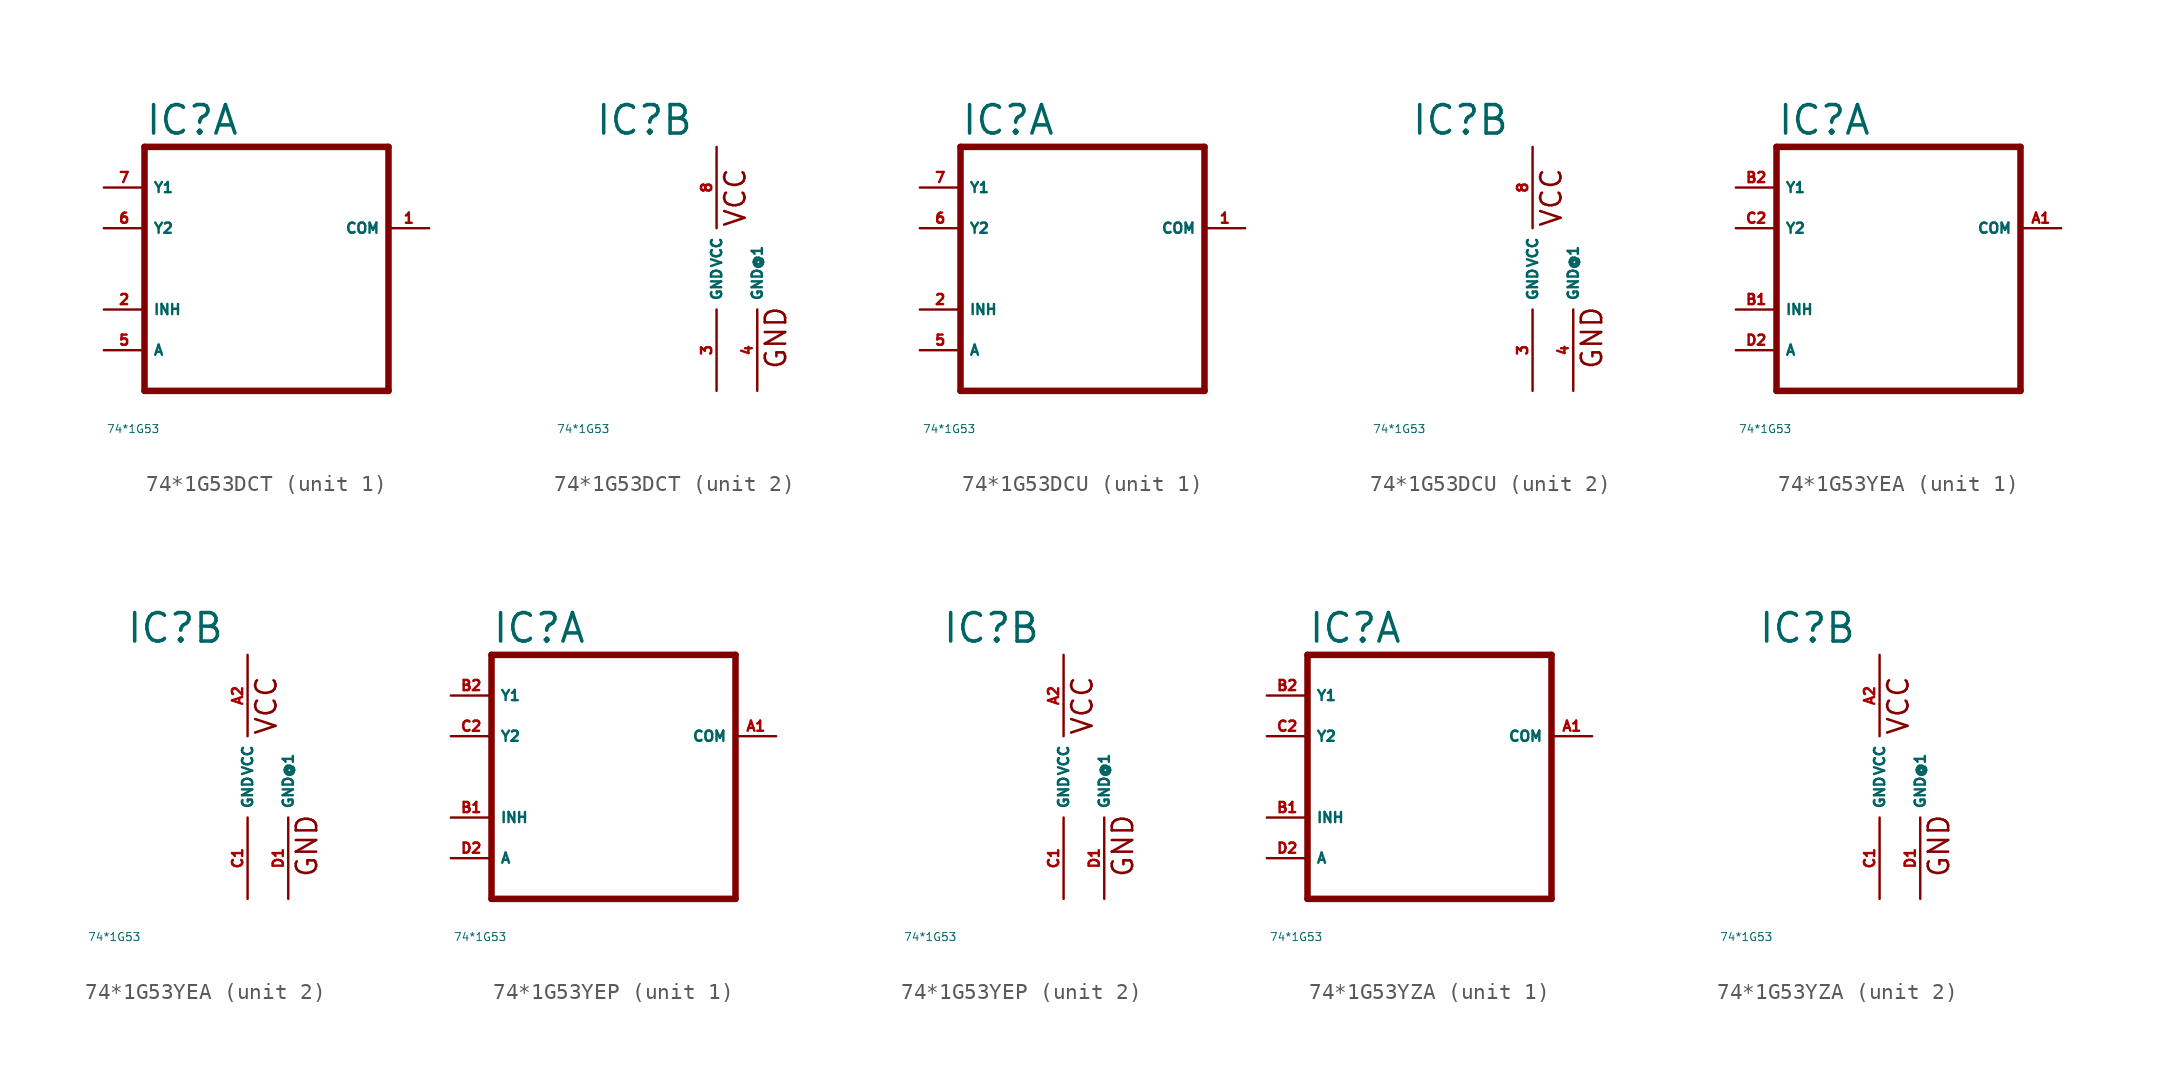
<source format=kicad_sym>
(kicad_symbol_lib
  (version 20220914)
  (generator Eagle2Kicad)
  (symbol "74*1G53DCT"
    (property "Reference" "IC"
      (at -7.62 8.255 0)
      (effects (font (size 1.778 1.778) (thickness 0.22)) (justify left bottom)))
    (property "Value" "74*1G53"
      (at -10 -10 0)
      (effects (font (size 0.5 0.5) (thickness 0.06)) (justify left)))
    (symbol "74*1G53DCT_1_0"
      (polyline (pts (xy -7.62 -7.62) (xy 7.62 -7.62)) (stroke (width 0.406) (type default)) (fill (type none)))
      (polyline (pts (xy 7.62 -7.62) (xy 7.62 7.62)) (stroke (width 0.406) (type default)) (fill (type none)))
      (polyline (pts (xy 7.62 7.62) (xy -7.62 7.62)) (stroke (width 0.406) (type default)) (fill (type none)))
      (polyline (pts (xy -7.62 7.62) (xy -7.62 -7.62)) (stroke (width 0.406) (type default)) (fill (type none)))
      (pin input line (at -10.16 -5.08 0) (length 2.54) (name "A" (effects (font (size 0.635 0.635) (thickness 0.08)) (justify left bottom))) (number "5" (effects (font (size 0.635 0.635) (thickness 0.08)) (justify left bottom))))
      (pin bidirectional line (at -10.16 5.08 0) (length 2.54) (name "Y1" (effects (font (size 0.635 0.635) (thickness 0.08)) (justify left bottom))) (number "7" (effects (font (size 0.635 0.635) (thickness 0.08)) (justify left bottom))))
      (pin bidirectional line (at -10.16 2.54 0) (length 2.54) (name "Y2" (effects (font (size 0.635 0.635) (thickness 0.08)) (justify left bottom))) (number "6" (effects (font (size 0.635 0.635) (thickness 0.08)) (justify left bottom))))
      (pin bidirectional line (at 10.16 2.54 180) (length 2.54) (name "COM" (effects (font (size 0.635 0.635) (thickness 0.08)) (justify left bottom))) (number "1" (effects (font (size 0.635 0.635) (thickness 0.08)) (justify left bottom))))
      (pin input line (at -10.16 -2.54 0) (length 2.54) (name "INH" (effects (font (size 0.635 0.635) (thickness 0.08)) (justify left bottom))) (number "2" (effects (font (size 0.635 0.635) (thickness 0.08)) (justify left bottom)))))
    (symbol "74*1G53DCT_2_0"
      (text "GND" (at 4.445 -6.35 900) (effects (font (size 1.27 1.27) (thickness 0.16)) (justify left bottom)))
      (text "VCC" (at 1.905 2.54 900) (effects (font (size 1.27 1.27) (thickness 0.16)) (justify left bottom)))
      (pin unspecified line (at 0 -7.62 90) (length 5.08) (name "GND" (effects (font (size 0.635 0.635) (thickness 0.08)) (justify left bottom))) (number "3" (effects (font (size 0.635 0.635) (thickness 0.08)) (justify left bottom))))
      (pin unspecified line (at 0 7.62 270) (length 5.08) (name "VCC" (effects (font (size 0.635 0.635) (thickness 0.08)) (justify left bottom))) (number "8" (effects (font (size 0.635 0.635) (thickness 0.08)) (justify left bottom))))
      (pin unspecified line (at 2.54 -7.62 90) (length 5.08) (name "GND@1" (effects (font (size 0.635 0.635) (thickness 0.08)) (justify left bottom))) (number "4" (effects (font (size 0.635 0.635) (thickness 0.08)) (justify left bottom))))))
  (symbol "74*1G53DCU"
    (property "Reference" "IC"
      (at -7.62 8.255 0)
      (effects (font (size 1.778 1.778) (thickness 0.22)) (justify left bottom)))
    (property "Value" "74*1G53"
      (at -10 -10 0)
      (effects (font (size 0.5 0.5) (thickness 0.06)) (justify left)))
    (symbol "74*1G53DCU_1_0"
      (polyline (pts (xy -7.62 -7.62) (xy 7.62 -7.62)) (stroke (width 0.406) (type default)) (fill (type none)))
      (polyline (pts (xy 7.62 -7.62) (xy 7.62 7.62)) (stroke (width 0.406) (type default)) (fill (type none)))
      (polyline (pts (xy 7.62 7.62) (xy -7.62 7.62)) (stroke (width 0.406) (type default)) (fill (type none)))
      (polyline (pts (xy -7.62 7.62) (xy -7.62 -7.62)) (stroke (width 0.406) (type default)) (fill (type none)))
      (pin input line (at -10.16 -5.08 0) (length 2.54) (name "A" (effects (font (size 0.635 0.635) (thickness 0.08)) (justify left bottom))) (number "5" (effects (font (size 0.635 0.635) (thickness 0.08)) (justify left bottom))))
      (pin bidirectional line (at -10.16 5.08 0) (length 2.54) (name "Y1" (effects (font (size 0.635 0.635) (thickness 0.08)) (justify left bottom))) (number "7" (effects (font (size 0.635 0.635) (thickness 0.08)) (justify left bottom))))
      (pin bidirectional line (at -10.16 2.54 0) (length 2.54) (name "Y2" (effects (font (size 0.635 0.635) (thickness 0.08)) (justify left bottom))) (number "6" (effects (font (size 0.635 0.635) (thickness 0.08)) (justify left bottom))))
      (pin bidirectional line (at 10.16 2.54 180) (length 2.54) (name "COM" (effects (font (size 0.635 0.635) (thickness 0.08)) (justify left bottom))) (number "1" (effects (font (size 0.635 0.635) (thickness 0.08)) (justify left bottom))))
      (pin input line (at -10.16 -2.54 0) (length 2.54) (name "INH" (effects (font (size 0.635 0.635) (thickness 0.08)) (justify left bottom))) (number "2" (effects (font (size 0.635 0.635) (thickness 0.08)) (justify left bottom)))))
    (symbol "74*1G53DCU_2_0"
      (text "GND" (at 4.445 -6.35 900) (effects (font (size 1.27 1.27) (thickness 0.16)) (justify left bottom)))
      (text "VCC" (at 1.905 2.54 900) (effects (font (size 1.27 1.27) (thickness 0.16)) (justify left bottom)))
      (pin unspecified line (at 0 -7.62 90) (length 5.08) (name "GND" (effects (font (size 0.635 0.635) (thickness 0.08)) (justify left bottom))) (number "3" (effects (font (size 0.635 0.635) (thickness 0.08)) (justify left bottom))))
      (pin unspecified line (at 0 7.62 270) (length 5.08) (name "VCC" (effects (font (size 0.635 0.635) (thickness 0.08)) (justify left bottom))) (number "8" (effects (font (size 0.635 0.635) (thickness 0.08)) (justify left bottom))))
      (pin unspecified line (at 2.54 -7.62 90) (length 5.08) (name "GND@1" (effects (font (size 0.635 0.635) (thickness 0.08)) (justify left bottom))) (number "4" (effects (font (size 0.635 0.635) (thickness 0.08)) (justify left bottom))))))
  (symbol "74*1G53YEA"
    (property "Reference" "IC"
      (at -7.62 8.255 0)
      (effects (font (size 1.778 1.778) (thickness 0.22)) (justify left bottom)))
    (property "Value" "74*1G53"
      (at -10 -10 0)
      (effects (font (size 0.5 0.5) (thickness 0.06)) (justify left)))
    (symbol "74*1G53YEA_1_0"
      (polyline (pts (xy -7.62 -7.62) (xy 7.62 -7.62)) (stroke (width 0.406) (type default)) (fill (type none)))
      (polyline (pts (xy 7.62 -7.62) (xy 7.62 7.62)) (stroke (width 0.406) (type default)) (fill (type none)))
      (polyline (pts (xy 7.62 7.62) (xy -7.62 7.62)) (stroke (width 0.406) (type default)) (fill (type none)))
      (polyline (pts (xy -7.62 7.62) (xy -7.62 -7.62)) (stroke (width 0.406) (type default)) (fill (type none)))
      (pin input line (at -10.16 -5.08 0) (length 2.54) (name "A" (effects (font (size 0.635 0.635) (thickness 0.08)) (justify left bottom))) (number "D2" (effects (font (size 0.635 0.635) (thickness 0.08)) (justify left bottom))))
      (pin bidirectional line (at -10.16 5.08 0) (length 2.54) (name "Y1" (effects (font (size 0.635 0.635) (thickness 0.08)) (justify left bottom))) (number "B2" (effects (font (size 0.635 0.635) (thickness 0.08)) (justify left bottom))))
      (pin bidirectional line (at -10.16 2.54 0) (length 2.54) (name "Y2" (effects (font (size 0.635 0.635) (thickness 0.08)) (justify left bottom))) (number "C2" (effects (font (size 0.635 0.635) (thickness 0.08)) (justify left bottom))))
      (pin bidirectional line (at 10.16 2.54 180) (length 2.54) (name "COM" (effects (font (size 0.635 0.635) (thickness 0.08)) (justify left bottom))) (number "A1" (effects (font (size 0.635 0.635) (thickness 0.08)) (justify left bottom))))
      (pin input line (at -10.16 -2.54 0) (length 2.54) (name "INH" (effects (font (size 0.635 0.635) (thickness 0.08)) (justify left bottom))) (number "B1" (effects (font (size 0.635 0.635) (thickness 0.08)) (justify left bottom)))))
    (symbol "74*1G53YEA_2_0"
      (text "GND" (at 4.445 -6.35 900) (effects (font (size 1.27 1.27) (thickness 0.16)) (justify left bottom)))
      (text "VCC" (at 1.905 2.54 900) (effects (font (size 1.27 1.27) (thickness 0.16)) (justify left bottom)))
      (pin unspecified line (at 0 -7.62 90) (length 5.08) (name "GND" (effects (font (size 0.635 0.635) (thickness 0.08)) (justify left bottom))) (number "C1" (effects (font (size 0.635 0.635) (thickness 0.08)) (justify left bottom))))
      (pin unspecified line (at 0 7.62 270) (length 5.08) (name "VCC" (effects (font (size 0.635 0.635) (thickness 0.08)) (justify left bottom))) (number "A2" (effects (font (size 0.635 0.635) (thickness 0.08)) (justify left bottom))))
      (pin unspecified line (at 2.54 -7.62 90) (length 5.08) (name "GND@1" (effects (font (size 0.635 0.635) (thickness 0.08)) (justify left bottom))) (number "D1" (effects (font (size 0.635 0.635) (thickness 0.08)) (justify left bottom))))))
  (symbol "74*1G53YEP"
    (property "Reference" "IC"
      (at -7.62 8.255 0)
      (effects (font (size 1.778 1.778) (thickness 0.22)) (justify left bottom)))
    (property "Value" "74*1G53"
      (at -10 -10 0)
      (effects (font (size 0.5 0.5) (thickness 0.06)) (justify left)))
    (symbol "74*1G53YEP_1_0"
      (polyline (pts (xy -7.62 -7.62) (xy 7.62 -7.62)) (stroke (width 0.406) (type default)) (fill (type none)))
      (polyline (pts (xy 7.62 -7.62) (xy 7.62 7.62)) (stroke (width 0.406) (type default)) (fill (type none)))
      (polyline (pts (xy 7.62 7.62) (xy -7.62 7.62)) (stroke (width 0.406) (type default)) (fill (type none)))
      (polyline (pts (xy -7.62 7.62) (xy -7.62 -7.62)) (stroke (width 0.406) (type default)) (fill (type none)))
      (pin input line (at -10.16 -5.08 0) (length 2.54) (name "A" (effects (font (size 0.635 0.635) (thickness 0.08)) (justify left bottom))) (number "D2" (effects (font (size 0.635 0.635) (thickness 0.08)) (justify left bottom))))
      (pin bidirectional line (at -10.16 5.08 0) (length 2.54) (name "Y1" (effects (font (size 0.635 0.635) (thickness 0.08)) (justify left bottom))) (number "B2" (effects (font (size 0.635 0.635) (thickness 0.08)) (justify left bottom))))
      (pin bidirectional line (at -10.16 2.54 0) (length 2.54) (name "Y2" (effects (font (size 0.635 0.635) (thickness 0.08)) (justify left bottom))) (number "C2" (effects (font (size 0.635 0.635) (thickness 0.08)) (justify left bottom))))
      (pin bidirectional line (at 10.16 2.54 180) (length 2.54) (name "COM" (effects (font (size 0.635 0.635) (thickness 0.08)) (justify left bottom))) (number "A1" (effects (font (size 0.635 0.635) (thickness 0.08)) (justify left bottom))))
      (pin input line (at -10.16 -2.54 0) (length 2.54) (name "INH" (effects (font (size 0.635 0.635) (thickness 0.08)) (justify left bottom))) (number "B1" (effects (font (size 0.635 0.635) (thickness 0.08)) (justify left bottom)))))
    (symbol "74*1G53YEP_2_0"
      (text "GND" (at 4.445 -6.35 900) (effects (font (size 1.27 1.27) (thickness 0.16)) (justify left bottom)))
      (text "VCC" (at 1.905 2.54 900) (effects (font (size 1.27 1.27) (thickness 0.16)) (justify left bottom)))
      (pin unspecified line (at 0 -7.62 90) (length 5.08) (name "GND" (effects (font (size 0.635 0.635) (thickness 0.08)) (justify left bottom))) (number "C1" (effects (font (size 0.635 0.635) (thickness 0.08)) (justify left bottom))))
      (pin unspecified line (at 0 7.62 270) (length 5.08) (name "VCC" (effects (font (size 0.635 0.635) (thickness 0.08)) (justify left bottom))) (number "A2" (effects (font (size 0.635 0.635) (thickness 0.08)) (justify left bottom))))
      (pin unspecified line (at 2.54 -7.62 90) (length 5.08) (name "GND@1" (effects (font (size 0.635 0.635) (thickness 0.08)) (justify left bottom))) (number "D1" (effects (font (size 0.635 0.635) (thickness 0.08)) (justify left bottom))))))
  (symbol "74*1G53YZA"
    (property "Reference" "IC"
      (at -7.62 8.255 0)
      (effects (font (size 1.778 1.778) (thickness 0.22)) (justify left bottom)))
    (property "Value" "74*1G53"
      (at -10 -10 0)
      (effects (font (size 0.5 0.5) (thickness 0.06)) (justify left)))
    (symbol "74*1G53YZA_1_0"
      (polyline (pts (xy -7.62 -7.62) (xy 7.62 -7.62)) (stroke (width 0.406) (type default)) (fill (type none)))
      (polyline (pts (xy 7.62 -7.62) (xy 7.62 7.62)) (stroke (width 0.406) (type default)) (fill (type none)))
      (polyline (pts (xy 7.62 7.62) (xy -7.62 7.62)) (stroke (width 0.406) (type default)) (fill (type none)))
      (polyline (pts (xy -7.62 7.62) (xy -7.62 -7.62)) (stroke (width 0.406) (type default)) (fill (type none)))
      (pin input line (at -10.16 -5.08 0) (length 2.54) (name "A" (effects (font (size 0.635 0.635) (thickness 0.08)) (justify left bottom))) (number "D2" (effects (font (size 0.635 0.635) (thickness 0.08)) (justify left bottom))))
      (pin bidirectional line (at -10.16 5.08 0) (length 2.54) (name "Y1" (effects (font (size 0.635 0.635) (thickness 0.08)) (justify left bottom))) (number "B2" (effects (font (size 0.635 0.635) (thickness 0.08)) (justify left bottom))))
      (pin bidirectional line (at -10.16 2.54 0) (length 2.54) (name "Y2" (effects (font (size 0.635 0.635) (thickness 0.08)) (justify left bottom))) (number "C2" (effects (font (size 0.635 0.635) (thickness 0.08)) (justify left bottom))))
      (pin bidirectional line (at 10.16 2.54 180) (length 2.54) (name "COM" (effects (font (size 0.635 0.635) (thickness 0.08)) (justify left bottom))) (number "A1" (effects (font (size 0.635 0.635) (thickness 0.08)) (justify left bottom))))
      (pin input line (at -10.16 -2.54 0) (length 2.54) (name "INH" (effects (font (size 0.635 0.635) (thickness 0.08)) (justify left bottom))) (number "B1" (effects (font (size 0.635 0.635) (thickness 0.08)) (justify left bottom)))))
    (symbol "74*1G53YZA_2_0"
      (text "GND" (at 4.445 -6.35 900) (effects (font (size 1.27 1.27) (thickness 0.16)) (justify left bottom)))
      (text "VCC" (at 1.905 2.54 900) (effects (font (size 1.27 1.27) (thickness 0.16)) (justify left bottom)))
      (pin unspecified line (at 0 -7.62 90) (length 5.08) (name "GND" (effects (font (size 0.635 0.635) (thickness 0.08)) (justify left bottom))) (number "C1" (effects (font (size 0.635 0.635) (thickness 0.08)) (justify left bottom))))
      (pin unspecified line (at 0 7.62 270) (length 5.08) (name "VCC" (effects (font (size 0.635 0.635) (thickness 0.08)) (justify left bottom))) (number "A2" (effects (font (size 0.635 0.635) (thickness 0.08)) (justify left bottom))))
      (pin unspecified line (at 2.54 -7.62 90) (length 5.08) (name "GND@1" (effects (font (size 0.635 0.635) (thickness 0.08)) (justify left bottom))) (number "D1" (effects (font (size 0.635 0.635) (thickness 0.08)) (justify left bottom)))))))
</source>
